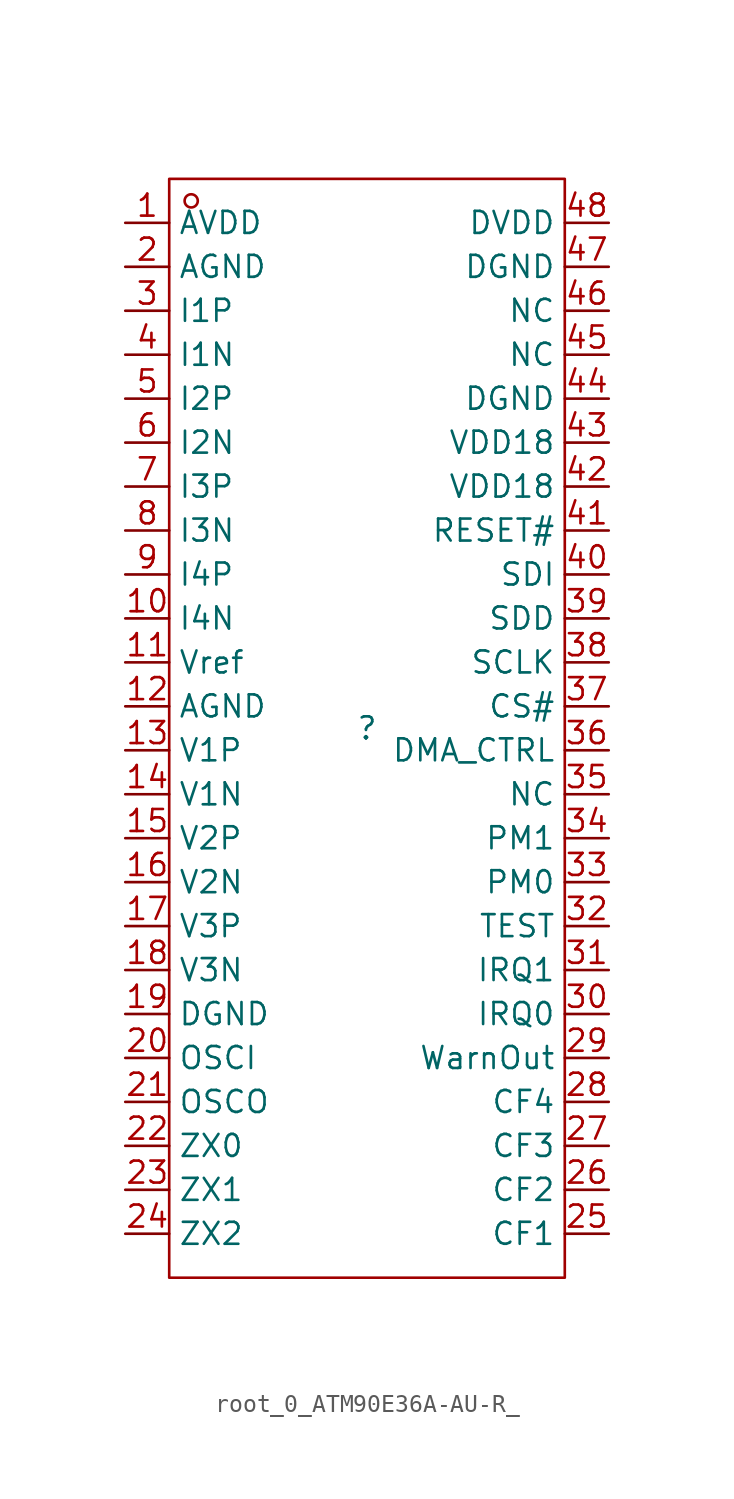
<source format=kicad_sym>
(kicad_symbol_lib
  (version 20241209)
  (generator "kicad_symbol_editor")
  (generator_version "9.0")
  (symbol "root_0_ATM90E36A-AU-R_"
    (property "Reference" ""
      (at 0 0 0)
      (effects (font (size 1.27 1.27))))
    (property "Value" ""
      (at 0 0 0)
      (effects (font (size 1.27 1.27))))
    (symbol "root_0_ATM90E36A-AU-R__1_0"
      (rectangle (start -11.43 31.75) (end 11.43 -31.75) (stroke (width 0) (type solid) (color 160 0 0 1)) (fill (type none)))
      (circle (center -10.16 30.48) (radius 0.381) (stroke (width 0) (type solid) (color 160 0 0 1)) (fill (type none)))
      (pin passive line (at -13.97 29.21 0) (length 2.54) (name "AVDD" (effects (font (size 1.27 1.27)))) (number "1" (effects (font (size 1.27 1.27)))))
      (pin passive line (at -13.97 26.67 0) (length 2.54) (name "AGND" (effects (font (size 1.27 1.27)))) (number "2" (effects (font (size 1.27 1.27)))))
      (pin passive line (at -13.97 24.13 0) (length 2.54) (name "I1P" (effects (font (size 1.27 1.27)))) (number "3" (effects (font (size 1.27 1.27)))))
      (pin passive line (at -13.97 21.59 0) (length 2.54) (name "I1N" (effects (font (size 1.27 1.27)))) (number "4" (effects (font (size 1.27 1.27)))))
      (pin passive line (at -13.97 19.05 0) (length 2.54) (name "I2P" (effects (font (size 1.27 1.27)))) (number "5" (effects (font (size 1.27 1.27)))))
      (pin passive line (at -13.97 16.51 0) (length 2.54) (name "I2N" (effects (font (size 1.27 1.27)))) (number "6" (effects (font (size 1.27 1.27)))))
      (pin passive line (at -13.97 13.97 0) (length 2.54) (name "I3P" (effects (font (size 1.27 1.27)))) (number "7" (effects (font (size 1.27 1.27)))))
      (pin passive line (at -13.97 11.43 0) (length 2.54) (name "I3N" (effects (font (size 1.27 1.27)))) (number "8" (effects (font (size 1.27 1.27)))))
      (pin passive line (at -13.97 8.89 0) (length 2.54) (name "I4P" (effects (font (size 1.27 1.27)))) (number "9" (effects (font (size 1.27 1.27)))))
      (pin passive line (at -13.97 6.35 0) (length 2.54) (name "I4N" (effects (font (size 1.27 1.27)))) (number "10" (effects (font (size 1.27 1.27)))))
      (pin passive line (at -13.97 3.81 0) (length 2.54) (name "Vref" (effects (font (size 1.27 1.27)))) (number "11" (effects (font (size 1.27 1.27)))))
      (pin passive line (at -13.97 1.27 0) (length 2.54) (name "AGND" (effects (font (size 1.27 1.27)))) (number "12" (effects (font (size 1.27 1.27)))))
      (pin passive line (at -13.97 -1.27 0) (length 2.54) (name "V1P" (effects (font (size 1.27 1.27)))) (number "13" (effects (font (size 1.27 1.27)))))
      (pin passive line (at -13.97 -3.81 0) (length 2.54) (name "V1N" (effects (font (size 1.27 1.27)))) (number "14" (effects (font (size 1.27 1.27)))))
      (pin passive line (at -13.97 -6.35 0) (length 2.54) (name "V2P" (effects (font (size 1.27 1.27)))) (number "15" (effects (font (size 1.27 1.27)))))
      (pin passive line (at -13.97 -8.89 0) (length 2.54) (name "V2N" (effects (font (size 1.27 1.27)))) (number "16" (effects (font (size 1.27 1.27)))))
      (pin passive line (at -13.97 -11.43 0) (length 2.54) (name "V3P" (effects (font (size 1.27 1.27)))) (number "17" (effects (font (size 1.27 1.27)))))
      (pin passive line (at -13.97 -13.97 0) (length 2.54) (name "V3N" (effects (font (size 1.27 1.27)))) (number "18" (effects (font (size 1.27 1.27)))))
      (pin passive line (at -13.97 -16.51 0) (length 2.54) (name "DGND" (effects (font (size 1.27 1.27)))) (number "19" (effects (font (size 1.27 1.27)))))
      (pin passive line (at -13.97 -19.05 0) (length 2.54) (name "OSCI" (effects (font (size 1.27 1.27)))) (number "20" (effects (font (size 1.27 1.27)))))
      (pin passive line (at -13.97 -21.59 0) (length 2.54) (name "OSCO" (effects (font (size 1.27 1.27)))) (number "21" (effects (font (size 1.27 1.27)))))
      (pin passive line (at -13.97 -24.13 0) (length 2.54) (name "ZX0" (effects (font (size 1.27 1.27)))) (number "22" (effects (font (size 1.27 1.27)))))
      (pin passive line (at -13.97 -26.67 0) (length 2.54) (name "ZX1" (effects (font (size 1.27 1.27)))) (number "23" (effects (font (size 1.27 1.27)))))
      (pin passive line (at -13.97 -29.21 0) (length 2.54) (name "ZX2" (effects (font (size 1.27 1.27)))) (number "24" (effects (font (size 1.27 1.27)))))
      (pin passive line (at 13.97 29.21 180) (length 2.54) (name "DVDD" (effects (font (size 1.27 1.27)))) (number "48" (effects (font (size 1.27 1.27)))))
      (pin passive line (at 13.97 26.67 180) (length 2.54) (name "DGND" (effects (font (size 1.27 1.27)))) (number "47" (effects (font (size 1.27 1.27)))))
      (pin passive line (at 13.97 24.13 180) (length 2.54) (name "NC" (effects (font (size 1.27 1.27)))) (number "46" (effects (font (size 1.27 1.27)))))
      (pin passive line (at 13.97 21.59 180) (length 2.54) (name "NC" (effects (font (size 1.27 1.27)))) (number "45" (effects (font (size 1.27 1.27)))))
      (pin passive line (at 13.97 19.05 180) (length 2.54) (name "DGND" (effects (font (size 1.27 1.27)))) (number "44" (effects (font (size 1.27 1.27)))))
      (pin passive line (at 13.97 16.51 180) (length 2.54) (name "VDD18" (effects (font (size 1.27 1.27)))) (number "43" (effects (font (size 1.27 1.27)))))
      (pin passive line (at 13.97 13.97 180) (length 2.54) (name "VDD18" (effects (font (size 1.27 1.27)))) (number "42" (effects (font (size 1.27 1.27)))))
      (pin passive line (at 13.97 11.43 180) (length 2.54) (name "RESET#" (effects (font (size 1.27 1.27)))) (number "41" (effects (font (size 1.27 1.27)))))
      (pin passive line (at 13.97 8.89 180) (length 2.54) (name "SDI" (effects (font (size 1.27 1.27)))) (number "40" (effects (font (size 1.27 1.27)))))
      (pin passive line (at 13.97 6.35 180) (length 2.54) (name "SDD" (effects (font (size 1.27 1.27)))) (number "39" (effects (font (size 1.27 1.27)))))
      (pin passive line (at 13.97 3.81 180) (length 2.54) (name "SCLK" (effects (font (size 1.27 1.27)))) (number "38" (effects (font (size 1.27 1.27)))))
      (pin passive line (at 13.97 1.27 180) (length 2.54) (name "CS#" (effects (font (size 1.27 1.27)))) (number "37" (effects (font (size 1.27 1.27)))))
      (pin passive line (at 13.97 -1.27 180) (length 2.54) (name "DMA_CTRL" (effects (font (size 1.27 1.27)))) (number "36" (effects (font (size 1.27 1.27)))))
      (pin passive line (at 13.97 -3.81 180) (length 2.54) (name "NC" (effects (font (size 1.27 1.27)))) (number "35" (effects (font (size 1.27 1.27)))))
      (pin passive line (at 13.97 -6.35 180) (length 2.54) (name "PM1" (effects (font (size 1.27 1.27)))) (number "34" (effects (font (size 1.27 1.27)))))
      (pin passive line (at 13.97 -8.89 180) (length 2.54) (name "PM0" (effects (font (size 1.27 1.27)))) (number "33" (effects (font (size 1.27 1.27)))))
      (pin passive line (at 13.97 -11.43 180) (length 2.54) (name "TEST" (effects (font (size 1.27 1.27)))) (number "32" (effects (font (size 1.27 1.27)))))
      (pin passive line (at 13.97 -13.97 180) (length 2.54) (name "IRQ1" (effects (font (size 1.27 1.27)))) (number "31" (effects (font (size 1.27 1.27)))))
      (pin passive line (at 13.97 -16.51 180) (length 2.54) (name "IRQ0" (effects (font (size 1.27 1.27)))) (number "30" (effects (font (size 1.27 1.27)))))
      (pin passive line (at 13.97 -19.05 180) (length 2.54) (name "WarnOut" (effects (font (size 1.27 1.27)))) (number "29" (effects (font (size 1.27 1.27)))))
      (pin passive line (at 13.97 -21.59 180) (length 2.54) (name "CF4" (effects (font (size 1.27 1.27)))) (number "28" (effects (font (size 1.27 1.27)))))
      (pin passive line (at 13.97 -24.13 180) (length 2.54) (name "CF3" (effects (font (size 1.27 1.27)))) (number "27" (effects (font (size 1.27 1.27)))))
      (pin passive line (at 13.97 -26.67 180) (length 2.54) (name "CF2" (effects (font (size 1.27 1.27)))) (number "26" (effects (font (size 1.27 1.27)))))
      (pin passive line (at 13.97 -29.21 180) (length 2.54) (name "CF1" (effects (font (size 1.27 1.27)))) (number "25" (effects (font (size 1.27 1.27))))))))
</source>
